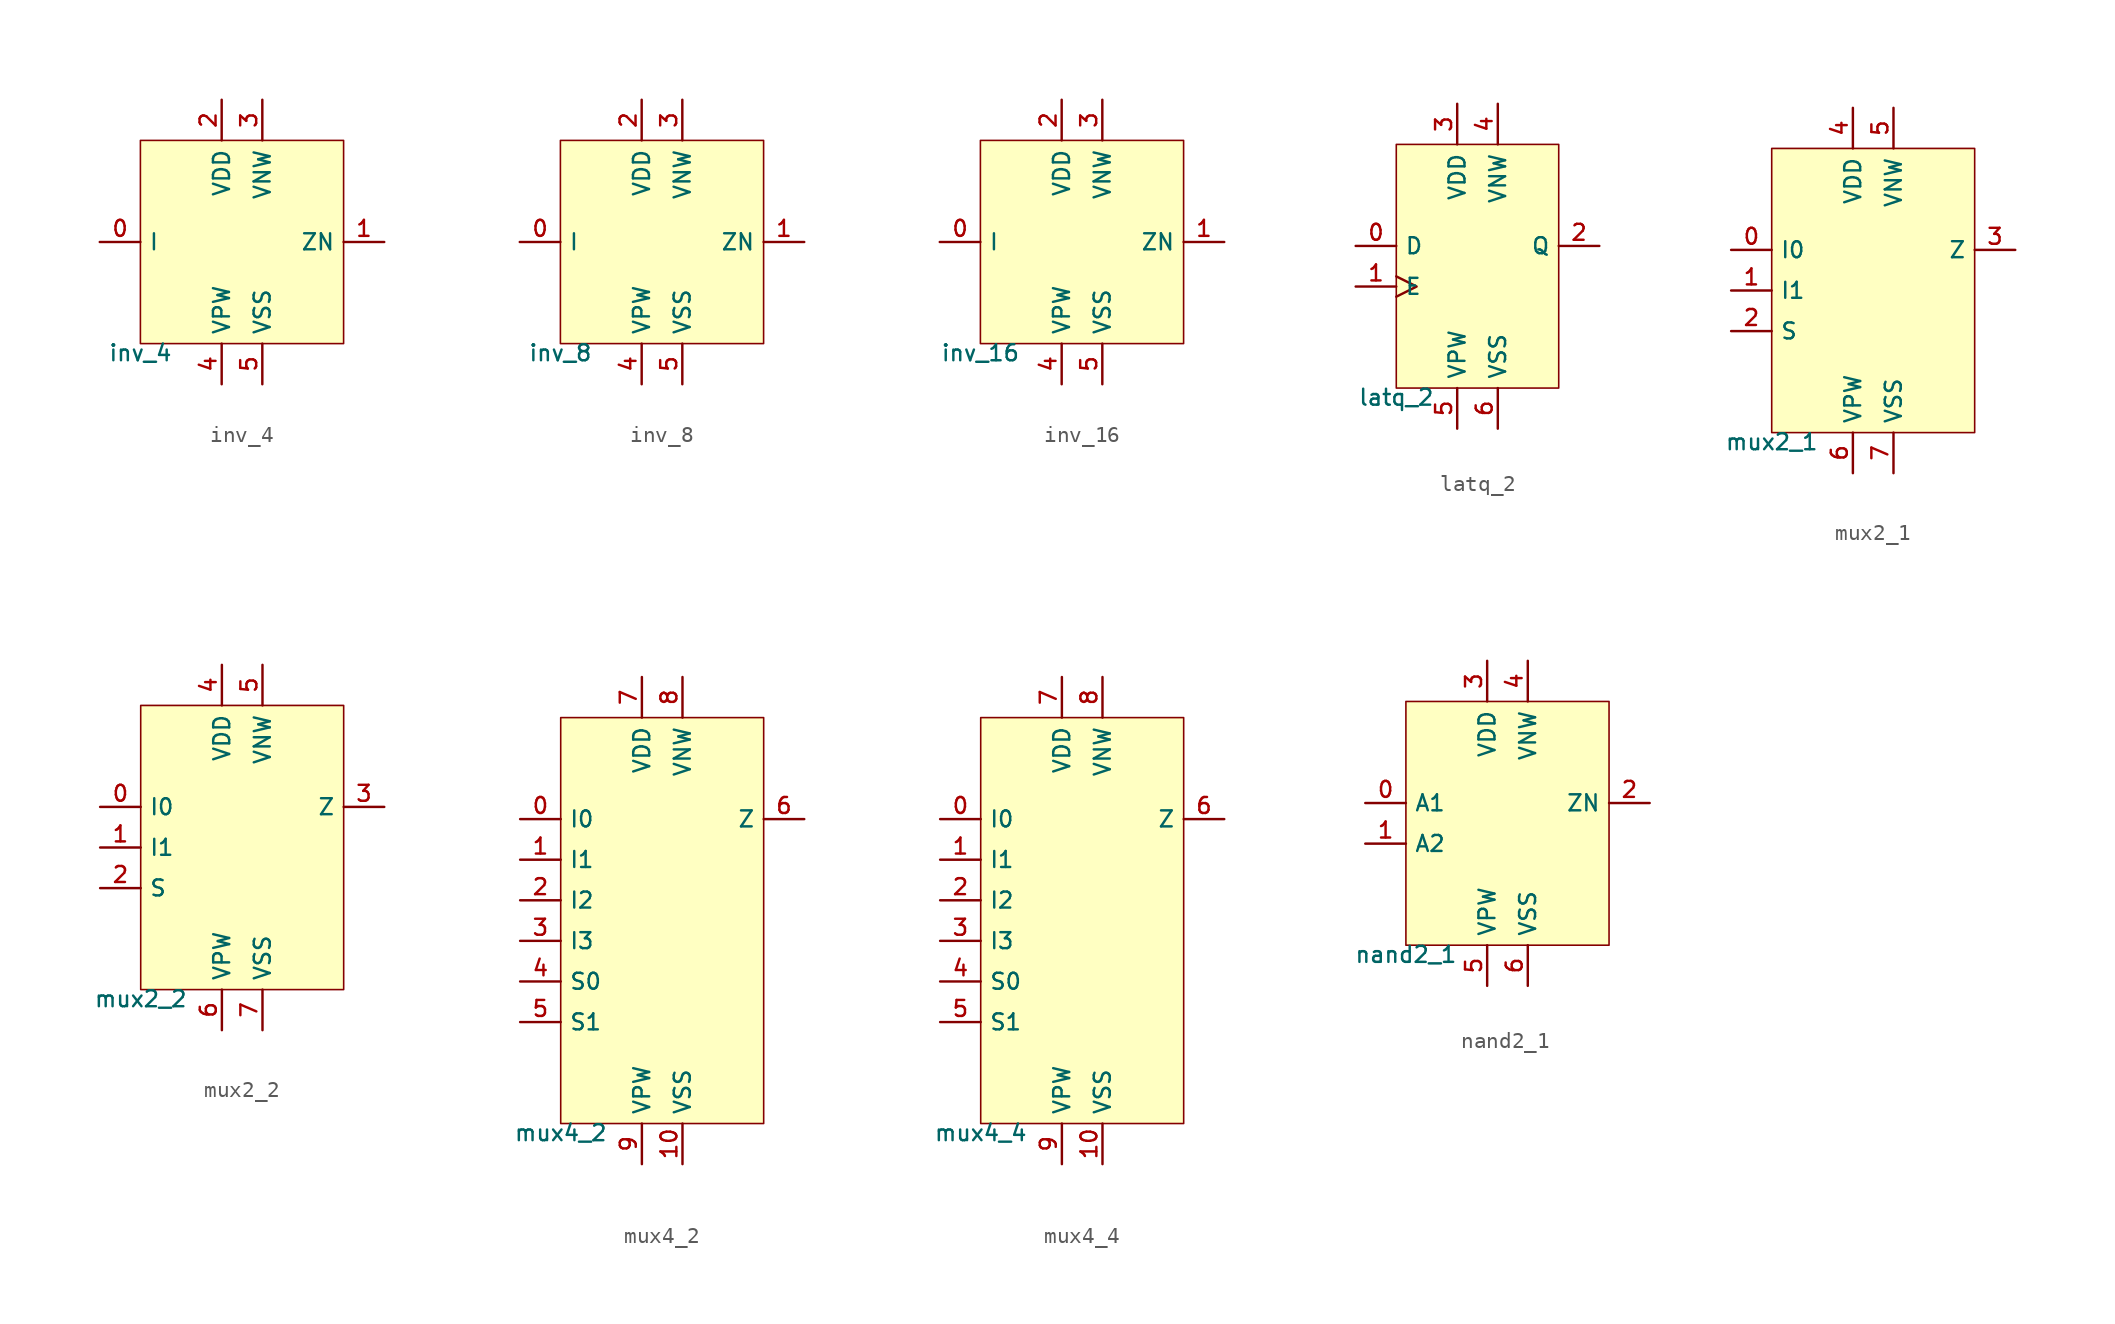
<source format=kicad_sym>
(kicad_symbol_lib
  (version 20211014)
  (generator pdk2kicad)
  (symbol "inv_4"
    (property "Reference" "X"
      (at 0 0 0)
      (effects (font (size 1 1)) hide))
    (property "Value" "inv_4"
      (at -6.35 -6.35 0)
      (effects (font (size 1 1)) (justify top)))
    (rectangle
      (start -6.35 -6.35)
      (end 6.35 6.35)
      (stroke (width 0.1) (type solid) (color 0 0 0 0))
      (fill (type background)))
    (pin input line
      (at -8.89 -4.440892098500626e-16 0)
      (length 2.54)
      (name "I" (effects (font (size 1 1)) hide))
      (number "0" (effects (font (size 1 1)) hide)))
    (pin output line
      (at 8.89 -4.440892098500626e-16 180)
      (length 2.54)
      (name "ZN" (effects (font (size 1 1)) hide))
      (number "1" (effects (font (size 1 1)) hide)))
    (pin power_in line
      (at -1.27 8.89 270)
      (length 2.54)
      (name "VDD" (effects (font (size 1 1)) hide))
      (number "2" (effects (font (size 1 1)) hide)))
    (pin power_in line
      (at 1.27 8.89 270)
      (length 2.54)
      (name "VNW" (effects (font (size 1 1)) hide))
      (number "3" (effects (font (size 1 1)) hide)))
    (pin power_in line
      (at -1.27 -8.89 90)
      (length 2.54)
      (name "VPW" (effects (font (size 1 1)) hide))
      (number "4" (effects (font (size 1 1)) hide)))
    (pin power_in line
      (at 1.27 -8.89 90)
      (length 2.54)
      (name "VSS" (effects (font (size 1 1)) hide))
      (number "5" (effects (font (size 1 1)) hide))))
  (symbol "inv_8"
    (property "Reference" "X"
      (at 0 0 0)
      (effects (font (size 1 1)) hide))
    (property "Value" "inv_8"
      (at -6.35 -6.35 0)
      (effects (font (size 1 1)) (justify top)))
    (rectangle
      (start -6.35 -6.35)
      (end 6.35 6.35)
      (stroke (width 0.1) (type solid) (color 0 0 0 0))
      (fill (type background)))
    (pin input line
      (at -8.89 -4.440892098500626e-16 0)
      (length 2.54)
      (name "I" (effects (font (size 1 1)) hide))
      (number "0" (effects (font (size 1 1)) hide)))
    (pin output line
      (at 8.89 -4.440892098500626e-16 180)
      (length 2.54)
      (name "ZN" (effects (font (size 1 1)) hide))
      (number "1" (effects (font (size 1 1)) hide)))
    (pin power_in line
      (at -1.27 8.89 270)
      (length 2.54)
      (name "VDD" (effects (font (size 1 1)) hide))
      (number "2" (effects (font (size 1 1)) hide)))
    (pin power_in line
      (at 1.27 8.89 270)
      (length 2.54)
      (name "VNW" (effects (font (size 1 1)) hide))
      (number "3" (effects (font (size 1 1)) hide)))
    (pin power_in line
      (at -1.27 -8.89 90)
      (length 2.54)
      (name "VPW" (effects (font (size 1 1)) hide))
      (number "4" (effects (font (size 1 1)) hide)))
    (pin power_in line
      (at 1.27 -8.89 90)
      (length 2.54)
      (name "VSS" (effects (font (size 1 1)) hide))
      (number "5" (effects (font (size 1 1)) hide))))
  (symbol "inv_16"
    (property "Reference" "X"
      (at 0 0 0)
      (effects (font (size 1 1)) hide))
    (property "Value" "inv_16"
      (at -6.35 -6.35 0)
      (effects (font (size 1 1)) (justify top)))
    (rectangle
      (start -6.35 -6.35)
      (end 6.35 6.35)
      (stroke (width 0.1) (type solid) (color 0 0 0 0))
      (fill (type background)))
    (pin input line
      (at -8.89 -4.440892098500626e-16 0)
      (length 2.54)
      (name "I" (effects (font (size 1 1)) hide))
      (number "0" (effects (font (size 1 1)) hide)))
    (pin output line
      (at 8.89 -4.440892098500626e-16 180)
      (length 2.54)
      (name "ZN" (effects (font (size 1 1)) hide))
      (number "1" (effects (font (size 1 1)) hide)))
    (pin power_in line
      (at -1.27 8.89 270)
      (length 2.54)
      (name "VDD" (effects (font (size 1 1)) hide))
      (number "2" (effects (font (size 1 1)) hide)))
    (pin power_in line
      (at 1.27 8.89 270)
      (length 2.54)
      (name "VNW" (effects (font (size 1 1)) hide))
      (number "3" (effects (font (size 1 1)) hide)))
    (pin power_in line
      (at -1.27 -8.89 90)
      (length 2.54)
      (name "VPW" (effects (font (size 1 1)) hide))
      (number "4" (effects (font (size 1 1)) hide)))
    (pin power_in line
      (at 1.27 -8.89 90)
      (length 2.54)
      (name "VSS" (effects (font (size 1 1)) hide))
      (number "5" (effects (font (size 1 1)) hide))))
  (symbol "latq_2"
    (property "Reference" "X"
      (at 0 0 0)
      (effects (font (size 1 1)) hide))
    (property "Value" "latq_2"
      (at -5.08 -7.62 0)
      (effects (font (size 1 1)) (justify top)))
    (rectangle
      (start -5.08 -7.62)
      (end 5.08 7.62)
      (stroke (width 0.1) (type solid) (color 0 0 0 0))
      (fill (type background)))
    (pin input line
      (at -7.62 1.27 0)
      (length 2.54)
      (name "D" (effects (font (size 1 1)) hide))
      (number "0" (effects (font (size 1 1)) hide)))
    (pin input clock
      (at -7.62 -1.27 0)
      (length 2.54)
      (name "E" (effects (font (size 1 1)) hide))
      (number "1" (effects (font (size 1 1)) hide)))
    (pin output line
      (at 7.62 1.27 180)
      (length 2.54)
      (name "Q" (effects (font (size 1 1)) hide))
      (number "2" (effects (font (size 1 1)) hide)))
    (pin power_in line
      (at -1.27 10.16 270)
      (length 2.54)
      (name "VDD" (effects (font (size 1 1)) hide))
      (number "3" (effects (font (size 1 1)) hide)))
    (pin power_in line
      (at 1.27 10.16 270)
      (length 2.54)
      (name "VNW" (effects (font (size 1 1)) hide))
      (number "4" (effects (font (size 1 1)) hide)))
    (pin power_in line
      (at -1.27 -10.16 90)
      (length 2.54)
      (name "VPW" (effects (font (size 1 1)) hide))
      (number "5" (effects (font (size 1 1)) hide)))
    (pin power_in line
      (at 1.27 -10.16 90)
      (length 2.54)
      (name "VSS" (effects (font (size 1 1)) hide))
      (number "6" (effects (font (size 1 1)) hide))))
  (symbol "mux2_1"
    (property "Reference" "X"
      (at 0 0 0)
      (effects (font (size 1 1)) hide))
    (property "Value" "mux2_1"
      (at -6.35 -8.89 0)
      (effects (font (size 1 1)) (justify top)))
    (rectangle
      (start -6.35 -8.89)
      (end 6.35 8.89)
      (stroke (width 0.1) (type solid) (color 0 0 0 0))
      (fill (type background)))
    (pin input line
      (at -8.89 2.54 0)
      (length 2.54)
      (name "I0" (effects (font (size 1 1)) hide))
      (number "0" (effects (font (size 1 1)) hide)))
    (pin input line
      (at -8.89 4.440892098500626e-16 0)
      (length 2.54)
      (name "I1" (effects (font (size 1 1)) hide))
      (number "1" (effects (font (size 1 1)) hide)))
    (pin input line
      (at -8.89 -2.54 0)
      (length 2.54)
      (name "S" (effects (font (size 1 1)) hide))
      (number "2" (effects (font (size 1 1)) hide)))
    (pin output line
      (at 8.89 2.54 180)
      (length 2.54)
      (name "Z" (effects (font (size 1 1)) hide))
      (number "3" (effects (font (size 1 1)) hide)))
    (pin power_in line
      (at -1.27 11.43 270)
      (length 2.54)
      (name "VDD" (effects (font (size 1 1)) hide))
      (number "4" (effects (font (size 1 1)) hide)))
    (pin power_in line
      (at 1.27 11.43 270)
      (length 2.54)
      (name "VNW" (effects (font (size 1 1)) hide))
      (number "5" (effects (font (size 1 1)) hide)))
    (pin power_in line
      (at -1.27 -11.43 90)
      (length 2.54)
      (name "VPW" (effects (font (size 1 1)) hide))
      (number "6" (effects (font (size 1 1)) hide)))
    (pin power_in line
      (at 1.27 -11.43 90)
      (length 2.54)
      (name "VSS" (effects (font (size 1 1)) hide))
      (number "7" (effects (font (size 1 1)) hide))))
  (symbol "mux2_2"
    (property "Reference" "X"
      (at 0 0 0)
      (effects (font (size 1 1)) hide))
    (property "Value" "mux2_2"
      (at -6.35 -8.89 0)
      (effects (font (size 1 1)) (justify top)))
    (rectangle
      (start -6.35 -8.89)
      (end 6.35 8.89)
      (stroke (width 0.1) (type solid) (color 0 0 0 0))
      (fill (type background)))
    (pin input line
      (at -8.89 2.54 0)
      (length 2.54)
      (name "I0" (effects (font (size 1 1)) hide))
      (number "0" (effects (font (size 1 1)) hide)))
    (pin input line
      (at -8.89 4.440892098500626e-16 0)
      (length 2.54)
      (name "I1" (effects (font (size 1 1)) hide))
      (number "1" (effects (font (size 1 1)) hide)))
    (pin input line
      (at -8.89 -2.54 0)
      (length 2.54)
      (name "S" (effects (font (size 1 1)) hide))
      (number "2" (effects (font (size 1 1)) hide)))
    (pin output line
      (at 8.89 2.54 180)
      (length 2.54)
      (name "Z" (effects (font (size 1 1)) hide))
      (number "3" (effects (font (size 1 1)) hide)))
    (pin power_in line
      (at -1.27 11.43 270)
      (length 2.54)
      (name "VDD" (effects (font (size 1 1)) hide))
      (number "4" (effects (font (size 1 1)) hide)))
    (pin power_in line
      (at 1.27 11.43 270)
      (length 2.54)
      (name "VNW" (effects (font (size 1 1)) hide))
      (number "5" (effects (font (size 1 1)) hide)))
    (pin power_in line
      (at -1.27 -11.43 90)
      (length 2.54)
      (name "VPW" (effects (font (size 1 1)) hide))
      (number "6" (effects (font (size 1 1)) hide)))
    (pin power_in line
      (at 1.27 -11.43 90)
      (length 2.54)
      (name "VSS" (effects (font (size 1 1)) hide))
      (number "7" (effects (font (size 1 1)) hide))))
  (symbol "mux4_2"
    (property "Reference" "X"
      (at 0 0 0)
      (effects (font (size 1 1)) hide))
    (property "Value" "mux4_2"
      (at -6.35 -12.7 0)
      (effects (font (size 1 1)) (justify top)))
    (rectangle
      (start -6.35 -12.7)
      (end 6.35 12.7)
      (stroke (width 0.1) (type solid) (color 0 0 0 0))
      (fill (type background)))
    (pin input line
      (at -8.89 6.35 0)
      (length 2.54)
      (name "I0" (effects (font (size 1 1)) hide))
      (number "0" (effects (font (size 1 1)) hide)))
    (pin input line
      (at -8.89 3.81 0)
      (length 2.54)
      (name "I1" (effects (font (size 1 1)) hide))
      (number "1" (effects (font (size 1 1)) hide)))
    (pin input line
      (at -8.89 1.27 0)
      (length 2.54)
      (name "I2" (effects (font (size 1 1)) hide))
      (number "2" (effects (font (size 1 1)) hide)))
    (pin input line
      (at -8.89 -1.27 0)
      (length 2.54)
      (name "I3" (effects (font (size 1 1)) hide))
      (number "3" (effects (font (size 1 1)) hide)))
    (pin input line
      (at -8.89 -3.81 0)
      (length 2.54)
      (name "S0" (effects (font (size 1 1)) hide))
      (number "4" (effects (font (size 1 1)) hide)))
    (pin input line
      (at -8.89 -6.35 0)
      (length 2.54)
      (name "S1" (effects (font (size 1 1)) hide))
      (number "5" (effects (font (size 1 1)) hide)))
    (pin output line
      (at 8.89 6.35 180)
      (length 2.54)
      (name "Z" (effects (font (size 1 1)) hide))
      (number "6" (effects (font (size 1 1)) hide)))
    (pin power_in line
      (at -1.27 15.24 270)
      (length 2.54)
      (name "VDD" (effects (font (size 1 1)) hide))
      (number "7" (effects (font (size 1 1)) hide)))
    (pin power_in line
      (at 1.27 15.24 270)
      (length 2.54)
      (name "VNW" (effects (font (size 1 1)) hide))
      (number "8" (effects (font (size 1 1)) hide)))
    (pin power_in line
      (at -1.27 -15.24 90)
      (length 2.54)
      (name "VPW" (effects (font (size 1 1)) hide))
      (number "9" (effects (font (size 1 1)) hide)))
    (pin power_in line
      (at 1.27 -15.24 90)
      (length 2.54)
      (name "VSS" (effects (font (size 1 1)) hide))
      (number "10" (effects (font (size 1 1)) hide))))
  (symbol "mux4_4"
    (property "Reference" "X"
      (at 0 0 0)
      (effects (font (size 1 1)) hide))
    (property "Value" "mux4_4"
      (at -6.35 -12.7 0)
      (effects (font (size 1 1)) (justify top)))
    (rectangle
      (start -6.35 -12.7)
      (end 6.35 12.7)
      (stroke (width 0.1) (type solid) (color 0 0 0 0))
      (fill (type background)))
    (pin input line
      (at -8.89 6.35 0)
      (length 2.54)
      (name "I0" (effects (font (size 1 1)) hide))
      (number "0" (effects (font (size 1 1)) hide)))
    (pin input line
      (at -8.89 3.81 0)
      (length 2.54)
      (name "I1" (effects (font (size 1 1)) hide))
      (number "1" (effects (font (size 1 1)) hide)))
    (pin input line
      (at -8.89 1.27 0)
      (length 2.54)
      (name "I2" (effects (font (size 1 1)) hide))
      (number "2" (effects (font (size 1 1)) hide)))
    (pin input line
      (at -8.89 -1.27 0)
      (length 2.54)
      (name "I3" (effects (font (size 1 1)) hide))
      (number "3" (effects (font (size 1 1)) hide)))
    (pin input line
      (at -8.89 -3.81 0)
      (length 2.54)
      (name "S0" (effects (font (size 1 1)) hide))
      (number "4" (effects (font (size 1 1)) hide)))
    (pin input line
      (at -8.89 -6.35 0)
      (length 2.54)
      (name "S1" (effects (font (size 1 1)) hide))
      (number "5" (effects (font (size 1 1)) hide)))
    (pin output line
      (at 8.89 6.35 180)
      (length 2.54)
      (name "Z" (effects (font (size 1 1)) hide))
      (number "6" (effects (font (size 1 1)) hide)))
    (pin power_in line
      (at -1.27 15.24 270)
      (length 2.54)
      (name "VDD" (effects (font (size 1 1)) hide))
      (number "7" (effects (font (size 1 1)) hide)))
    (pin power_in line
      (at 1.27 15.24 270)
      (length 2.54)
      (name "VNW" (effects (font (size 1 1)) hide))
      (number "8" (effects (font (size 1 1)) hide)))
    (pin power_in line
      (at -1.27 -15.24 90)
      (length 2.54)
      (name "VPW" (effects (font (size 1 1)) hide))
      (number "9" (effects (font (size 1 1)) hide)))
    (pin power_in line
      (at 1.27 -15.24 90)
      (length 2.54)
      (name "VSS" (effects (font (size 1 1)) hide))
      (number "10" (effects (font (size 1 1)) hide))))
  (symbol "nand2_1"
    (property "Reference" "X"
      (at 0 0 0)
      (effects (font (size 1 1)) hide))
    (property "Value" "nand2_1"
      (at -6.35 -7.62 0)
      (effects (font (size 1 1)) (justify top)))
    (rectangle
      (start -6.35 -7.62)
      (end 6.35 7.62)
      (stroke (width 0.1) (type solid) (color 0 0 0 0))
      (fill (type background)))
    (pin input line
      (at -8.89 1.27 0)
      (length 2.54)
      (name "A1" (effects (font (size 1 1)) hide))
      (number "0" (effects (font (size 1 1)) hide)))
    (pin input line
      (at -8.89 -1.27 0)
      (length 2.54)
      (name "A2" (effects (font (size 1 1)) hide))
      (number "1" (effects (font (size 1 1)) hide)))
    (pin output line
      (at 8.89 1.27 180)
      (length 2.54)
      (name "ZN" (effects (font (size 1 1)) hide))
      (number "2" (effects (font (size 1 1)) hide)))
    (pin power_in line
      (at -1.27 10.16 270)
      (length 2.54)
      (name "VDD" (effects (font (size 1 1)) hide))
      (number "3" (effects (font (size 1 1)) hide)))
    (pin power_in line
      (at 1.27 10.16 270)
      (length 2.54)
      (name "VNW" (effects (font (size 1 1)) hide))
      (number "4" (effects (font (size 1 1)) hide)))
    (pin power_in line
      (at -1.27 -10.16 90)
      (length 2.54)
      (name "VPW" (effects (font (size 1 1)) hide))
      (number "5" (effects (font (size 1 1)) hide)))
    (pin power_in line
      (at 1.27 -10.16 90)
      (length 2.54)
      (name "VSS" (effects (font (size 1 1)) hide))
      (number "6" (effects (font (size 1 1)) hide)))))
</source>
